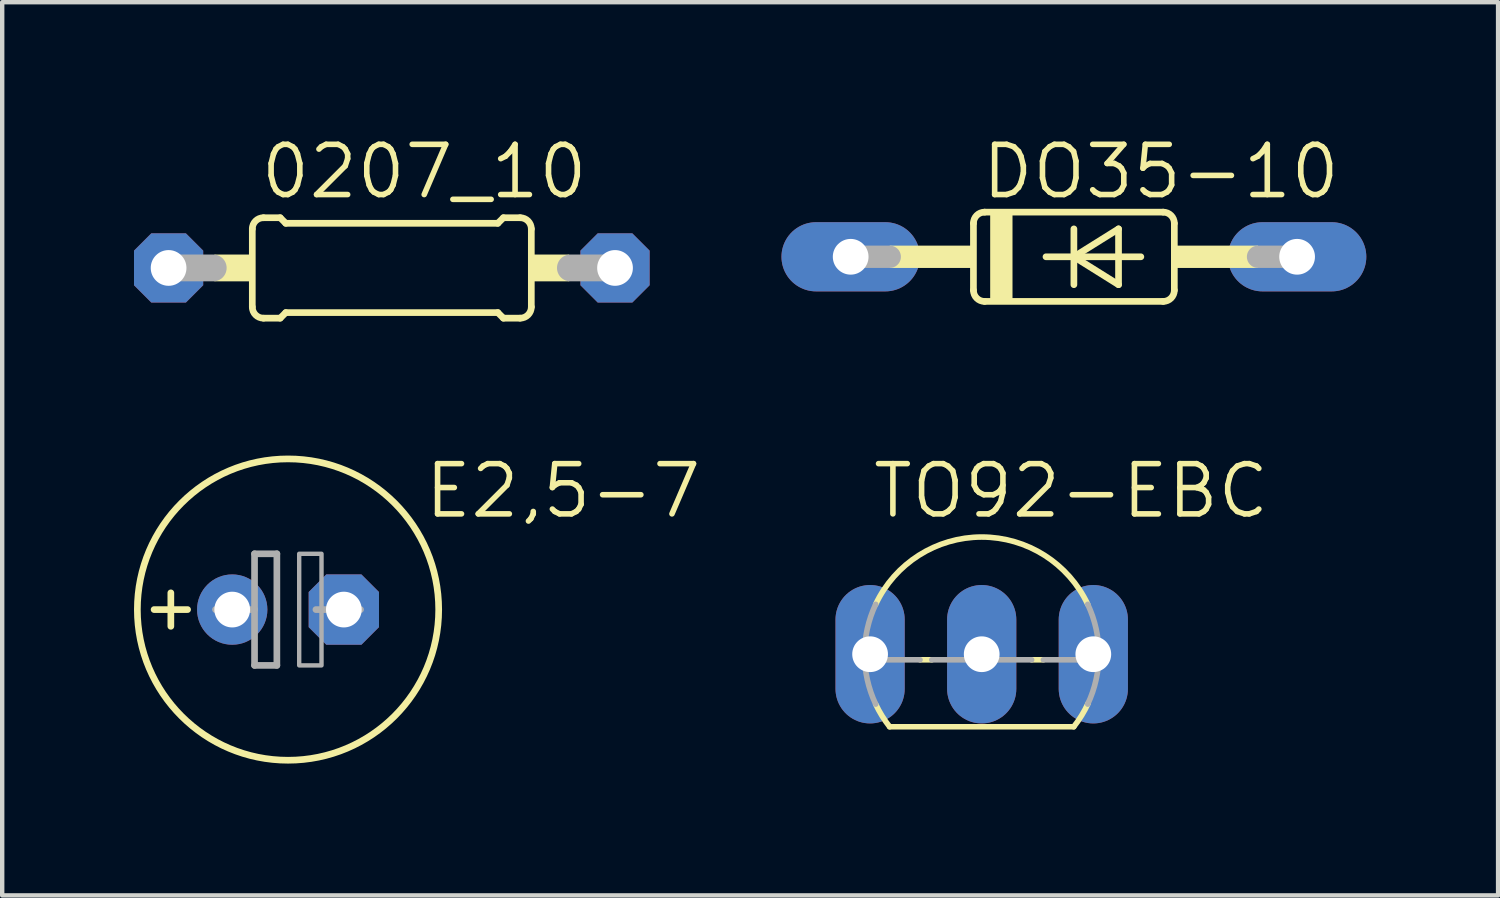
<source format=kicad_pcb>
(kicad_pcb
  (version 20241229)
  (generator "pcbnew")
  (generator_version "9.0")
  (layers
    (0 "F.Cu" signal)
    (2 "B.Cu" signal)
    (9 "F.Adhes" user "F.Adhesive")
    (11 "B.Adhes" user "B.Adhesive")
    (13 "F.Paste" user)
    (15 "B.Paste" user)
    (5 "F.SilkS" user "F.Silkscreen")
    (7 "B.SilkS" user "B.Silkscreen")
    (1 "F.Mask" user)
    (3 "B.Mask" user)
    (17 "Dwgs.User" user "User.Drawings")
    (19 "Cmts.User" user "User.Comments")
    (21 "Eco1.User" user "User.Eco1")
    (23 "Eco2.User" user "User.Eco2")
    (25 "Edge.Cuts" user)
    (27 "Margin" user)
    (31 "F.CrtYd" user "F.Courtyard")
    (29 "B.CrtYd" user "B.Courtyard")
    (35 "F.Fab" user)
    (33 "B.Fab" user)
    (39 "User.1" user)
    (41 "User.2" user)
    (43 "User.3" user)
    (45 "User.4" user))
  (footprint "TO92-EBC"
    (layer "F.Cu")
    (at 19.292 10.569)
    (property "Reference" "TO92-EBC" (at -2.54 -1.778 0) (layer "F.SilkS") (effects (font (size 1.143 1.143) (thickness 0.127)) (justify left bottom)))
    (fp_line (start -2.095 2.921) (end 2.095 2.921) (stroke (width 0.127) (type solid)) (layer "F.SilkS"))
    (fp_line (start -1.136 1.397) (end -1.404 1.397) (stroke (width 0.127) (type solid)) (layer "F.SilkS"))
    (fp_line (start 1.404 1.397) (end 1.136 1.397) (stroke (width 0.127) (type solid)) (layer "F.SilkS"))
    (fp_arc (start -2.413 0.1341) (mid -0.000001 -1.396986) (end 2.412999 0.134099) (stroke (width 0.127) (type solid)) (layer "F.SilkS"))
    (fp_arc (start -2.095 2.921) (mid -2.268918 2.67252) (end -2.4135 2.4059) (stroke (width 0.127) (type solid)) (layer "F.SilkS"))
    (fp_arc (start 2.4247 2.3818) (mid 2.275878 2.661201) (end 2.095 2.921) (stroke (width 0.127) (type solid)) (layer "F.SilkS"))
    (fp_line (start -1.404 1.397) (end -2.664 1.397) (stroke (width 0.127) (type solid)) (layer "F.Fab"))
    (fp_line (start 1.136 1.397) (end -1.136 1.397) (stroke (width 0.127) (type solid)) (layer "F.Fab"))
    (fp_line (start 2.664 1.397) (end 1.404 1.397) (stroke (width 0.127) (type solid)) (layer "F.Fab"))
    (fp_arc (start -2.413 2.4059) (mid -2.666991 1.27) (end -2.413 0.1341) (stroke (width 0.127) (type solid)) (layer "F.Fab"))
    (fp_arc (start 2.413 0.1341) (mid 2.666991 1.27) (end 2.413 2.4059) (stroke (width 0.127) (type solid)) (layer "F.Fab"))
    (pad "B" thru_hole oval (at 0 1.27 90) (size 3.15 1.575) (drill 0.813) (layers "*.Cu" "*.Mask"))
    (pad "C" thru_hole oval (at -2.54 1.27 90) (size 3.15 1.575) (drill 0.813) (layers "*.Cu" "*.Mask"))
    (pad "E" thru_hole oval (at 2.54 1.27 90) (size 3.15 1.575) (drill 0.813) (layers "*.Cu" "*.Mask")))
  (footprint "DO35-10"
    (layer "F.Cu")
    (at 21.39 2.794)
    (property "Reference" "DO35-10" (at -2.159 -1.27 0) (layer "F.SilkS") (effects (font (size 1.143 1.143) (thickness 0.127)) (justify left bottom)))
    (fp_line (start -2.286 -0.762) (end -2.286 0.762) (stroke (width 0.152) (type solid)) (layer "F.SilkS"))
    (fp_line (start -2.032 -1.016) (end 2.032 -1.016) (stroke (width 0.152) (type solid)) (layer "F.SilkS"))
    (fp_line (start -2.032 1.016) (end 2.032 1.016) (stroke (width 0.152) (type solid)) (layer "F.SilkS"))
    (fp_line (start -0.635 0) (end 0 0) (stroke (width 0.152) (type solid)) (layer "F.SilkS"))
    (fp_line (start 0 -0.635) (end 0 0) (stroke (width 0.152) (type solid)) (layer "F.SilkS"))
    (fp_line (start 0 0) (end 0 0.635) (stroke (width 0.152) (type solid)) (layer "F.SilkS"))
    (fp_line (start 0 0) (end 1.016 -0.635) (stroke (width 0.152) (type solid)) (layer "F.SilkS"))
    (fp_line (start 0 0) (end 1.524 0) (stroke (width 0.152) (type solid)) (layer "F.SilkS"))
    (fp_line (start 1.016 -0.635) (end 1.016 0.635) (stroke (width 0.152) (type solid)) (layer "F.SilkS"))
    (fp_line (start 1.016 0.635) (end 0 0) (stroke (width 0.152) (type solid)) (layer "F.SilkS"))
    (fp_line (start 2.286 0.762) (end 2.286 -0.762) (stroke (width 0.152) (type solid)) (layer "F.SilkS"))
    (fp_arc (start -2.286 -0.762) (mid -2.211605 -0.941605) (end -2.032 -1.016) (stroke (width 0.1524) (type solid)) (layer "F.SilkS"))
    (fp_arc (start -2.032 1.016) (mid -2.211605 0.941605) (end -2.286 0.762) (stroke (width 0.1524) (type solid)) (layer "F.SilkS"))
    (fp_arc (start 2.032 -1.016) (mid 2.211605 -0.941605) (end 2.286 -0.762) (stroke (width 0.1524) (type solid)) (layer "F.SilkS"))
    (fp_arc (start 2.286 0.762) (mid 2.211605 0.941605) (end 2.032 1.016) (stroke (width 0.1524) (type solid)) (layer "F.SilkS"))
    (fp_poly (pts (xy -4.191 0.254) (xy -2.286 0.254) (xy -2.286 -0.254) (xy -4.191 -0.254)) (stroke (width 0) (type solid)) (fill yes) (layer "F.SilkS"))
    (fp_poly (pts (xy -1.905 1.016) (xy -1.397 1.016) (xy -1.397 -1.016) (xy -1.905 -1.016)) (stroke (width 0) (type solid)) (fill yes) (layer "F.SilkS"))
    (fp_poly (pts (xy 2.286 0.254) (xy 4.191 0.254) (xy 4.191 -0.254) (xy 2.286 -0.254)) (stroke (width 0) (type solid)) (fill yes) (layer "F.SilkS"))
    (fp_line (start -5.08 0) (end -4.191 0) (stroke (width 0.508) (type solid)) (layer "F.Fab"))
    (fp_line (start 5.08 0) (end 4.191 0) (stroke (width 0.508) (type solid)) (layer "F.Fab"))
    (pad "A" thru_hole oval (at 5.08 0) (size 3.15 1.575) (drill 0.813) (layers "*.Cu" "*.Mask"))
    (pad "C" thru_hole oval (at -5.08 0) (size 3.15 1.575) (drill 0.813) (layers "*.Cu" "*.Mask")))
  (footprint "0207_10"
    (layer "F.Cu")
    (at 5.867 3.048)
    (property "Reference" "0207_10" (at -3.048 -1.524 0) (layer "F.SilkS") (effects (font (size 1.143 1.143) (thickness 0.127)) (justify left bottom)))
    (fp_line (start -3.175 0.889) (end -3.175 -0.889) (stroke (width 0.152) (type solid)) (layer "F.SilkS"))
    (fp_line (start -2.921 -1.143) (end -2.54 -1.143) (stroke (width 0.152) (type solid)) (layer "F.SilkS"))
    (fp_line (start -2.921 1.143) (end -2.54 1.143) (stroke (width 0.152) (type solid)) (layer "F.SilkS"))
    (fp_line (start -2.413 -1.016) (end -2.54 -1.143) (stroke (width 0.152) (type solid)) (layer "F.SilkS"))
    (fp_line (start -2.413 1.016) (end -2.54 1.143) (stroke (width 0.152) (type solid)) (layer "F.SilkS"))
    (fp_line (start 2.413 -1.016) (end -2.413 -1.016) (stroke (width 0.152) (type solid)) (layer "F.SilkS"))
    (fp_line (start 2.413 -1.016) (end 2.54 -1.143) (stroke (width 0.152) (type solid)) (layer "F.SilkS"))
    (fp_line (start 2.413 1.016) (end -2.413 1.016) (stroke (width 0.152) (type solid)) (layer "F.SilkS"))
    (fp_line (start 2.413 1.016) (end 2.54 1.143) (stroke (width 0.152) (type solid)) (layer "F.SilkS"))
    (fp_line (start 2.921 -1.143) (end 2.54 -1.143) (stroke (width 0.152) (type solid)) (layer "F.SilkS"))
    (fp_line (start 2.921 1.143) (end 2.54 1.143) (stroke (width 0.152) (type solid)) (layer "F.SilkS"))
    (fp_line (start 3.175 0.889) (end 3.175 -0.889) (stroke (width 0.152) (type solid)) (layer "F.SilkS"))
    (fp_arc (start -3.175 -0.889) (mid -3.100605 -1.068605) (end -2.921 -1.143) (stroke (width 0.1524) (type solid)) (layer "F.SilkS"))
    (fp_arc (start -2.921 1.143) (mid -3.100605 1.068605) (end -3.175 0.889) (stroke (width 0.1524) (type solid)) (layer "F.SilkS"))
    (fp_arc (start 2.921 -1.143) (mid 3.100605 -1.068605) (end 3.175 -0.889) (stroke (width 0.1524) (type solid)) (layer "F.SilkS"))
    (fp_arc (start 3.175 0.889) (mid 3.100605 1.068605) (end 2.921 1.143) (stroke (width 0.1524) (type solid)) (layer "F.SilkS"))
    (fp_poly (pts (xy -4.039 0.305) (xy -3.175 0.305) (xy -3.175 -0.305) (xy -4.039 -0.305)) (stroke (width 0) (type solid)) (fill yes) (layer "F.SilkS"))
    (fp_poly (pts (xy 3.175 0.305) (xy 4.039 0.305) (xy 4.039 -0.305) (xy 3.175 -0.305)) (stroke (width 0) (type solid)) (fill yes) (layer "F.SilkS"))
    (fp_line (start -5.08 0) (end -4.064 0) (stroke (width 0.61) (type solid)) (layer "F.Fab"))
    (fp_line (start 5.08 0) (end 4.064 0) (stroke (width 0.61) (type solid)) (layer "F.Fab"))
    (pad "1" thru_hole roundrect (at -5.08 0) (size 1.575 1.575) (drill 0.813) (layers "*.Cu" "*.Mask") (roundrect_rratio 0.25) (chamfer_ratio 0.25) (chamfer top_left top_right bottom_left bottom_right))
    (pad "2" thru_hole roundrect (at 5.08 0) (size 1.575 1.575) (drill 0.813) (layers "*.Cu" "*.Mask") (roundrect_rratio 0.25) (chamfer_ratio 0.25) (chamfer top_left top_right bottom_left bottom_right)))
  (footprint "E2,5-7"
    (layer "F.Cu")
    (at 3.505 10.823)
    (property "Reference" "E2,5-7" (at 3.048 -2.032 0) (layer "F.SilkS") (effects (font (size 1.143 1.143) (thickness 0.127)) (justify left bottom)))
    (fp_line (start -3.048 0) (end -2.286 0) (stroke (width 0.152) (type solid)) (layer "F.SilkS"))
    (fp_line (start -2.667 0.381) (end -2.667 -0.381) (stroke (width 0.152) (type solid)) (layer "F.SilkS"))
    (fp_circle (center 0 0) (end 3.429 0) (stroke (width 0.152) (type solid)) (fill no) (layer "F.SilkS"))
    (fp_line (start -1.651 0) (end -0.762 0) (stroke (width 0.152) (type solid)) (layer "F.Fab"))
    (fp_line (start -0.762 -1.27) (end -0.762 0) (stroke (width 0.152) (type solid)) (layer "F.Fab"))
    (fp_line (start -0.762 0) (end -0.762 1.27) (stroke (width 0.152) (type solid)) (layer "F.Fab"))
    (fp_line (start -0.762 1.27) (end -0.254 1.27) (stroke (width 0.152) (type solid)) (layer "F.Fab"))
    (fp_line (start -0.254 -1.27) (end -0.762 -1.27) (stroke (width 0.152) (type solid)) (layer "F.Fab"))
    (fp_line (start -0.254 1.27) (end -0.254 -1.27) (stroke (width 0.152) (type solid)) (layer "F.Fab"))
    (fp_line (start 0.635 0) (end 1.651 0) (stroke (width 0.152) (type solid)) (layer "F.Fab"))
    (fp_poly (pts (xy 0.254 1.27) (xy 0.762 1.27) (xy 0.762 -1.27) (xy 0.254 -1.27)) (stroke (width 0.1) (type solid)) (fill no) (layer "F.Fab"))
    (pad "+" thru_hole circle (at -1.27 0) (size 1.6 1.6) (drill 0.813) (layers "*.Cu" "*.Mask"))
    (pad "-" thru_hole roundrect (at 1.27 0) (size 1.6 1.6) (drill 0.813) (layers "*.Cu" "*.Mask") (roundrect_rratio 0.25) (chamfer_ratio 0.25) (chamfer top_left top_right bottom_left bottom_right)))
  (gr_rect
    (start -3 -3)
    (end 31.044 17.328)
    (stroke (width 0.1) (type default))
    (fill no)
    (layer "Edge.Cuts")))
</source>
